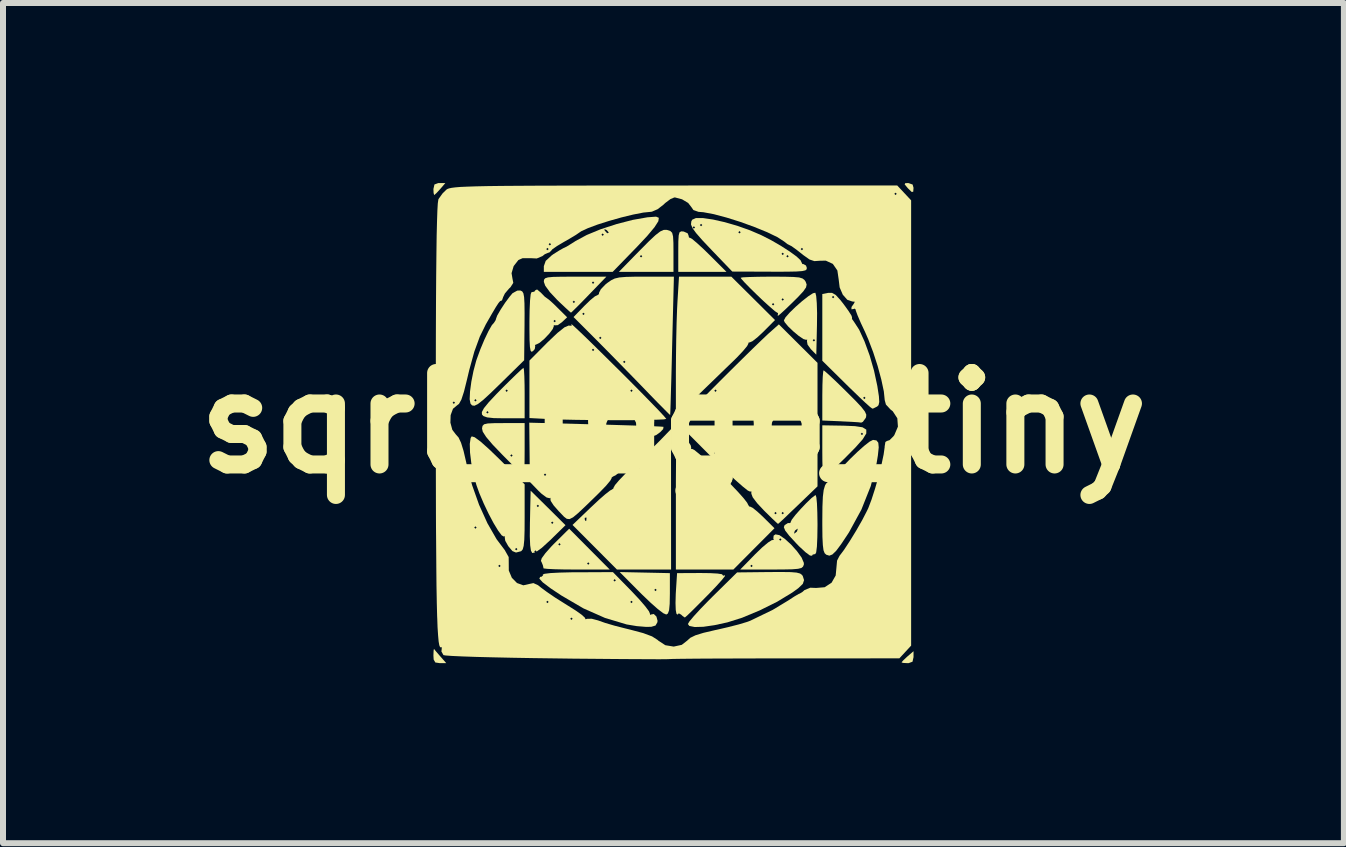
<source format=kicad_pcb>
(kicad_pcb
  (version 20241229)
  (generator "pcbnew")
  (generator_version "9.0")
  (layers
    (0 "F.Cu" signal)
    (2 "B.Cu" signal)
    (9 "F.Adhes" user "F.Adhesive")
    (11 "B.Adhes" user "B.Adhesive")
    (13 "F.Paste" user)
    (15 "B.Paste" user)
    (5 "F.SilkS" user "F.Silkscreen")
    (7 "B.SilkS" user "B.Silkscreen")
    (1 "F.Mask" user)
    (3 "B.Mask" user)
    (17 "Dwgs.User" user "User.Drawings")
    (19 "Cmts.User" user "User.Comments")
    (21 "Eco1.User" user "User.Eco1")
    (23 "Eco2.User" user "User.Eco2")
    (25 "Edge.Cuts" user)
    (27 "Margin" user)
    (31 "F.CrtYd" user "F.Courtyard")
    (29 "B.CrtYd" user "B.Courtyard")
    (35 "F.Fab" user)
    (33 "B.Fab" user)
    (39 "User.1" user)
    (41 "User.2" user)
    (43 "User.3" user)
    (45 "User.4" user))
  (footprint "sqrl_logo_tiny"
    (layer "F.Cu")
    (at 8.172 4)
    (property "Reference" "sqrl_logo_tiny" (at 0 0 0) (layer "F.SilkS") (effects (font (size 1.524 1.524) (thickness 0.3))))
    (attr board_only exclude_from_pos_files exclude_from_bom)
    (fp_poly (pts (xy 3.985 -3.975) (xy 4 -3.92) (xy 3.995 -3.855) (xy 3.969 -3.852) (xy 3.908 -3.911) (xy 3.9 -3.92) (xy 3.852 -3.978) (xy 3.863 -3.998) (xy 3.914 -4)) (stroke (width 0) (type solid)) (fill yes) (layer "F.SilkS"))
    (fp_poly (pts (xy -3.887 -3.9) (xy -3.95 -3.832) (xy -3.986 -3.8) (xy -3.987 -3.8) (xy -3.997 -3.834) (xy -4 -3.9) (xy -3.983 -3.976) (xy -3.918 -4) (xy -3.9 -4) (xy -3.801 -4)) (stroke (width 0) (type solid)) (fill yes) (layer "F.SilkS"))
    (fp_poly (pts (xy 4 3.9) (xy 3.983 3.976) (xy 3.918 4) (xy 3.9 4) (xy 3.825 3.996) (xy 3.8 3.987) (xy 3.827 3.955) (xy 3.892 3.894) (xy 3.9 3.887) (xy 4 3.801)) (stroke (width 0) (type solid)) (fill yes) (layer "F.SilkS"))
    (fp_poly (pts (xy -3.99 3.763) (xy -3.959 3.802) (xy -3.897 3.874) (xy -3.883 3.89) (xy -3.786 4) (xy -3.893 4) (xy -3.968 3.989) (xy -3.996 3.94) (xy -4 3.873) (xy -3.997 3.792) (xy -3.991 3.762)) (stroke (width 0) (type solid)) (fill yes) (layer "F.SilkS"))
    (fp_poly (pts (xy 0.17 -3.192) (xy 0.236 -3.163) (xy 0.25 -3.129) (xy 0.259 -3.09) (xy 0.271 -3.09) (xy 0.311 -3.068) (xy 0.393 -2.999) (xy 0.504 -2.897) (xy 0.593 -2.81) (xy 0.883 -2.52) (xy 0.08 -2.52) (xy 0.08 -2.863) (xy 0.081 -3.028) (xy 0.087 -3.128) (xy 0.101 -3.179) (xy 0.129 -3.195)) (stroke (width 0) (type solid)) (fill yes) (layer "F.SilkS"))
    (fp_poly (pts (xy 2.4 -1.004) (xy 2.4 -0.04) (xy 0.115 -0.04) (xy 0.615 -0.54) (xy 0.68 -0.54) (xy 0.7 -0.52) (xy 0.72 -0.54) (xy 0.7 -0.56) (xy 0.68 -0.54) (xy 0.615 -0.54) (xy 0.767 -0.693) (xy 0.965 -0.89) (xy 1.154 -1.077) (xy 1.323 -1.243) (xy 1.463 -1.378) (xy 1.561 -1.471) (xy 1.588 -1.496) (xy 1.756 -1.645)) (stroke (width 0) (type solid)) (fill yes) (layer "F.SilkS"))
    (fp_poly (pts (xy -0.478 2.491) (xy -0.06 2.5) (xy -0.06 2.839) (xy -0.063 3.012) (xy -0.073 3.118) (xy -0.093 3.173) (xy -0.12 3.19) (xy -0.17 3.168) (xy -0.262 3.098) (xy -0.383 2.991) (xy -0.522 2.858) (xy -0.538 2.842) (xy -0.6 2.78) (xy -0.32 2.78) (xy -0.3 2.8) (xy -0.28 2.78) (xy -0.3 2.76) (xy -0.32 2.78) (xy -0.6 2.78) (xy -0.896 2.482)) (stroke (width 0) (type solid)) (fill yes) (layer "F.SilkS"))
    (fp_poly (pts (xy -0.102 -3.217) (xy -0.052 -3.201) (xy -0.022 -3.171) (xy -0.007 -3.11) (xy -0.001 -3.002) (xy 0 -2.856) (xy 0 -2.52) (xy -0.91 -2.52) (xy -0.656 -2.78) (xy -0.56 -2.78) (xy -0.54 -2.76) (xy -0.52 -2.78) (xy -0.54 -2.8) (xy -0.56 -2.78) (xy -0.656 -2.78) (xy -0.557 -2.881) (xy -0.406 -3.033) (xy -0.298 -3.134) (xy -0.221 -3.193) (xy -0.164 -3.219) (xy -0.115 -3.22)) (stroke (width 0) (type solid)) (fill yes) (layer "F.SilkS"))
    (fp_poly (pts (xy 2.536 -0.853) (xy 2.616 -0.781) (xy 2.73 -0.673) (xy 2.866 -0.54) (xy 2.884 -0.522) (xy 3.034 -0.372) (xy 3.133 -0.266) (xy 3.19 -0.192) (xy 3.213 -0.14) (xy 3.209 -0.099) (xy 3.201 -0.082) (xy 3.156 -0.021) (xy 3.129 -0.008) (xy 3.077 -0.014) (xy 2.968 -0.021) (xy 2.822 -0.028) (xy 2.79 -0.03) (xy 2.48 -0.043) (xy 2.48 -0.462) (xy 2.482 -0.634) (xy 2.487 -0.771) (xy 2.495 -0.858) (xy 2.502 -0.88)) (stroke (width 0) (type solid)) (fill yes) (layer "F.SilkS"))
    (fp_poly (pts (xy 2.837 0.043) (xy 3.025 0.051) (xy 3.15 0.07) (xy 3.213 0.109) (xy 3.213 0.173) (xy 3.153 0.27) (xy 3.031 0.407) (xy 2.876 0.564) (xy 2.739 0.699) (xy 2.623 0.81) (xy 2.54 0.887) (xy 2.5 0.92) (xy 2.499 0.92) (xy 2.491 0.883) (xy 2.485 0.781) (xy 2.481 0.633) (xy 2.48 0.478) (xy 2.48 0.18) (xy 3.12 0.18) (xy 3.14 0.2) (xy 3.16 0.18) (xy 3.14 0.16) (xy 3.12 0.18) (xy 2.48 0.18) (xy 2.48 0.037)) (stroke (width 0) (type solid)) (fill yes) (layer "F.SilkS"))
    (fp_poly (pts (xy 1.954 2.483) (xy 2.051 2.491) (xy 2.109 2.506) (xy 2.142 2.53) (xy 2.155 2.55) (xy 2.176 2.617) (xy 2.155 2.679) (xy 2.08 2.751) (xy 1.979 2.824) (xy 1.727 2.977) (xy 1.437 3.121) (xy 1.144 3.243) (xy 0.9 3.32) (xy 0.684 3.367) (xy 0.498 3.394) (xy 0.354 3.398) (xy 0.264 3.38) (xy 0.24 3.348) (xy 0.267 3.303) (xy 0.342 3.214) (xy 0.454 3.092) (xy 0.593 2.949) (xy 0.65 2.892) (xy 1.06 2.488) (xy 1.588 2.482) (xy 1.804 2.481)) (stroke (width 0) (type solid)) (fill yes) (layer "F.SilkS"))
    (fp_poly (pts (xy -2.48 0.44) (xy -2.481 0.617) (xy -2.483 0.76) (xy -2.487 0.853) (xy -2.491 0.88) (xy -2.521 0.853) (xy -2.597 0.781) (xy -2.707 0.673) (xy -2.839 0.54) (xy -2.839 0.54) (xy -2.72 0.54) (xy -2.7 0.56) (xy -2.68 0.54) (xy -2.7 0.52) (xy -2.72 0.54) (xy -2.839 0.54) (xy -2.849 0.53) (xy -3.013 0.359) (xy -3.121 0.232) (xy -3.178 0.143) (xy -3.19 0.09) (xy -3.182 0.047) (xy -3.156 0.02) (xy -3.096 0.006) (xy -2.986 0.001) (xy -2.831 0) (xy -2.48 0)) (stroke (width 0) (type solid)) (fill yes) (layer "F.SilkS"))
    (fp_poly (pts (xy 1.328 -2.079) (xy 1.692 -1.717) (xy 1.498 -1.522) (xy 1.396 -1.427) (xy 1.315 -1.364) (xy 1.271 -1.345) (xy 1.27 -1.346) (xy 1.247 -1.338) (xy 1.249 -1.326) (xy 1.227 -1.283) (xy 1.158 -1.2) (xy 1.056 -1.092) (xy 1 -1.037) (xy 0.86 -0.902) (xy 0.688 -0.735) (xy 0.508 -0.561) (xy 0.39 -0.446) (xy 0.04 -0.106) (xy 0.04 -0.847) (xy 0.042 -1.121) (xy 0.046 -1.403) (xy 0.052 -1.669) (xy 0.06 -1.896) (xy 0.066 -2.014) (xy 0.092 -2.44) (xy 0.528 -2.44) (xy 0.964 -2.44)) (stroke (width 0) (type solid)) (fill yes) (layer "F.SilkS"))
    (fp_poly (pts (xy 0.61 2.5) (xy 0.735 2.507) (xy 0.806 2.518) (xy 0.816 2.527) (xy 0.827 2.543) (xy 0.859 2.535) (xy 0.856 2.552) (xy 0.805 2.616) (xy 0.714 2.717) (xy 0.591 2.846) (xy 0.562 2.875) (xy 0.426 3.012) (xy 0.312 3.126) (xy 0.23 3.205) (xy 0.191 3.239) (xy 0.19 3.24) (xy 0.154 3.216) (xy 0.128 3.192) (xy 0.088 3.169) (xy 0.079 3.182) (xy 0.063 3.191) (xy 0.049 3.174) (xy 0.038 3.114) (xy 0.034 2.998) (xy 0.038 2.848) (xy 0.04 2.814) (xy 0.06 2.5) (xy 0.448 2.498)) (stroke (width 0) (type solid)) (fill yes) (layer "F.SilkS"))
    (fp_poly (pts (xy -1.062 2.44) (xy -1.611 2.44) (xy -1.811 2.439) (xy -1.979 2.435) (xy -2.1 2.429) (xy -2.161 2.422) (xy -2.165 2.42) (xy -2.176 2.37) (xy -2.188 2.34) (xy -1.44 2.34) (xy -1.42 2.36) (xy -1.4 2.34) (xy -1.42 2.32) (xy -1.44 2.34) (xy -2.188 2.34) (xy -2.2 2.311) (xy -2.209 2.297) (xy -2.195 2.251) (xy -2.133 2.166) (xy -2.035 2.056) (xy -2 2.02) (xy -1.92 2.02) (xy -1.9 2.04) (xy -1.88 2.02) (xy -1.9 2) (xy -1.92 2.02) (xy -2 2.02) (xy -1.987 2.007) (xy -1.738 1.76)) (stroke (width 0) (type solid)) (fill yes) (layer "F.SilkS"))
    (fp_poly (pts (xy -2.089 1.413) (xy -1.799 1.701) (xy -2.051 1.948) (xy -2.193 2.078) (xy -2.284 2.144) (xy -2.28 2.14) (xy -2.3 2.12) (xy -2.32 2.14) (xy -2.306 2.154) (xy -2.352 2.165) (xy -2.353 2.165) (xy -2.375 2.125) (xy -2.388 2.035) (xy -2.394 1.884) (xy -2.392 1.663) (xy -2.392 1.66) (xy -2.04 1.66) (xy -2.02 1.68) (xy -2 1.66) (xy -2.02 1.64) (xy -2.04 1.66) (xy -2.392 1.66) (xy -2.391 1.63) (xy -2.386 1.38) (xy -2.28 1.38) (xy -2.26 1.4) (xy -2.24 1.38) (xy -2.26 1.36) (xy -2.28 1.38) (xy -2.386 1.38) (xy -2.38 1.126)) (stroke (width 0) (type solid)) (fill yes) (layer "F.SilkS"))
    (fp_poly (pts (xy 2.378 -2.118) (xy 2.388 -1.999) (xy 2.393 -1.831) (xy 2.391 -1.637) (xy 2.38 -1.14) (xy 2.289 -1.232) (xy 2.234 -1.308) (xy 2.224 -1.366) (xy 2.225 -1.369) (xy 2.226 -1.38) (xy 2.32 -1.38) (xy 2.34 -1.36) (xy 2.36 -1.38) (xy 2.34 -1.4) (xy 2.32 -1.38) (xy 2.226 -1.38) (xy 2.228 -1.394) (xy 2.212 -1.387) (xy 2.166 -1.4) (xy 2.086 -1.454) (xy 1.994 -1.531) (xy 1.909 -1.613) (xy 1.852 -1.682) (xy 1.84 -1.712) (xy 1.867 -1.763) (xy 1.938 -1.843) (xy 2.036 -1.938) (xy 2.144 -2.033) (xy 2.246 -2.113) (xy 2.325 -2.164) (xy 2.364 -2.172)) (stroke (width 0) (type solid)) (fill yes) (layer "F.SilkS"))
    (fp_poly (pts (xy -2.491 -0.883) (xy -2.485 -0.782) (xy -2.481 -0.634) (xy -2.48 -0.5) (xy -2.48 -0.08) (xy -2.818 -0.08) (xy -2.994 -0.083) (xy -3.105 -0.095) (xy -3.167 -0.117) (xy -3.191 -0.143) (xy -3.193 -0.18) (xy -3.12 -0.18) (xy -3.1 -0.16) (xy -3.08 -0.18) (xy -3.1 -0.2) (xy -3.12 -0.18) (xy -3.193 -0.18) (xy -3.193 -0.184) (xy -3.158 -0.249) (xy -3.08 -0.345) (xy -2.952 -0.482) (xy -2.895 -0.54) (xy -2.8 -0.54) (xy -2.78 -0.52) (xy -2.76 -0.54) (xy -2.78 -0.56) (xy -2.8 -0.54) (xy -2.895 -0.54) (xy -2.873 -0.563) (xy -2.737 -0.698) (xy -2.622 -0.81) (xy -2.54 -0.887) (xy -2.501 -0.92) (xy -2.499 -0.92)) (stroke (width 0) (type solid)) (fill yes) (layer "F.SilkS"))
    (fp_poly (pts (xy -1.408 -2.14) (xy -1.528 -2.016) (xy -1.627 -1.917) (xy -1.69 -1.855) (xy -1.708 -1.84) (xy -1.739 -1.866) (xy -1.813 -1.934) (xy -1.904 -2.02) (xy -1.68 -2.02) (xy -1.66 -2) (xy -1.64 -2.02) (xy -1.66 -2.04) (xy -1.68 -2.02) (xy -1.904 -2.02) (xy -1.915 -2.031) (xy -1.939 -2.054) (xy -2.059 -2.182) (xy -2.137 -2.289) (xy -2.155 -2.34) (xy -1.36 -2.34) (xy -1.34 -2.32) (xy -1.32 -2.34) (xy -1.34 -2.36) (xy -1.36 -2.34) (xy -2.155 -2.34) (xy -2.16 -2.354) (xy -2.157 -2.389) (xy -2.138 -2.413) (xy -2.092 -2.428) (xy -2.005 -2.436) (xy -1.864 -2.439) (xy -1.658 -2.44) (xy -1.639 -2.44) (xy -1.118 -2.44)) (stroke (width 0) (type solid)) (fill yes) (layer "F.SilkS"))
    (fp_poly (pts (xy 0.103 0.148) (xy 0.171 0.215) (xy 0.239 0.297) (xy 0.287 0.37) (xy 0.295 0.408) (xy 0.292 0.434) (xy 0.307 0.428) (xy 0.346 0.447) (xy 0.428 0.513) (xy 0.542 0.614) (xy 0.675 0.74) (xy 0.816 0.878) (xy 0.953 1.018) (xy 1.076 1.147) (xy 1.171 1.254) (xy 1.229 1.329) (xy 1.24 1.353) (xy 1.262 1.39) (xy 1.274 1.39) (xy 1.318 1.411) (xy 1.399 1.476) (xy 1.496 1.566) (xy 1.683 1.752) (xy 1.34 2.096) (xy 0.998 2.44) (xy 0.04 2.44) (xy 0.04 1.28) (xy 0.04 0.985) (xy 0.042 0.717) (xy 0.044 0.487) (xy 0.046 0.305) (xy 0.05 0.18) (xy 0.053 0.123) (xy 0.054 0.12)) (stroke (width 0) (type solid)) (fill yes) (layer "F.SilkS"))
    (fp_poly (pts (xy 1.765 1.867) (xy 1.857 1.93) (xy 1.961 2.025) (xy 2.058 2.134) (xy 2.135 2.241) (xy 2.172 2.328) (xy 2.173 2.356) (xy 2.159 2.391) (xy 2.132 2.414) (xy 2.076 2.428) (xy 1.979 2.436) (xy 1.828 2.439) (xy 1.631 2.44) (xy 1.112 2.44) (xy 1.171 2.38) (xy 1.28 2.38) (xy 1.3 2.4) (xy 1.32 2.38) (xy 1.3 2.36) (xy 1.28 2.38) (xy 1.171 2.38) (xy 1.364 2.182) (xy 1.479 2.071) (xy 1.576 1.99) (xy 1.639 1.95) (xy 1.654 1.949) (xy 1.673 1.945) (xy 1.67 1.94) (xy 1.76 1.94) (xy 1.78 1.96) (xy 1.8 1.94) (xy 1.78 1.92) (xy 1.76 1.94) (xy 1.67 1.94) (xy 1.664 1.926) (xy 1.669 1.875) (xy 1.7 1.854)) (stroke (width 0) (type solid)) (fill yes) (layer "F.SilkS"))
    (fp_poly (pts (xy 3.383 0.289) (xy 3.413 0.327) (xy 3.42 0.405) (xy 3.406 0.539) (xy 3.385 0.667) (xy 3.287 1.05) (xy 3.131 1.442) (xy 2.928 1.814) (xy 2.91 1.843) (xy 2.795 2.016) (xy 2.711 2.128) (xy 2.648 2.189) (xy 2.597 2.209) (xy 2.549 2.194) (xy 2.547 2.194) (xy 2.519 2.168) (xy 2.5 2.119) (xy 2.489 2.033) (xy 2.482 1.898) (xy 2.48 1.699) (xy 2.48 1.627) (xy 2.482 1.394) (xy 2.489 1.228) (xy 2.503 1.114) (xy 2.525 1.04) (xy 2.543 1.008) (xy 2.604 0.951) (xy 2.653 0.946) (xy 2.678 0.952) (xy 2.669 0.939) (xy 2.681 0.898) (xy 2.741 0.818) (xy 2.833 0.712) (xy 2.946 0.595) (xy 3.065 0.48) (xy 3.177 0.38) (xy 3.268 0.309) (xy 3.325 0.28) (xy 3.327 0.28)) (stroke (width 0) (type solid)) (fill yes) (layer "F.SilkS"))
    (fp_poly (pts (xy -3.312 0.236) (xy -3.213 0.309) (xy -3.068 0.439) (xy -2.896 0.605) (xy -2.48 1.02) (xy -2.48 1.566) (xy -2.481 1.789) (xy -2.486 1.946) (xy -2.496 2.046) (xy -2.512 2.104) (xy -2.535 2.132) (xy -2.543 2.136) (xy -2.624 2.157) (xy -2.683 2.133) (xy -2.711 2.1) (xy -2.64 2.1) (xy -2.62 2.12) (xy -2.6 2.1) (xy -2.62 2.08) (xy -2.64 2.1) (xy -2.711 2.1) (xy -2.75 2.054) (xy -2.756 2.045) (xy -2.803 1.961) (xy -2.812 1.904) (xy -2.809 1.899) (xy -2.807 1.884) (xy -2.824 1.892) (xy -2.862 1.871) (xy -2.922 1.791) (xy -2.998 1.666) (xy -3.08 1.511) (xy -3.161 1.341) (xy -3.234 1.17) (xy -3.284 1.031) (xy -3.333 0.851) (xy -3.369 0.665) (xy -3.39 0.491) (xy -3.394 0.346) (xy -3.38 0.249) (xy -3.362 0.221)) (stroke (width 0) (type solid)) (fill yes) (layer "F.SilkS"))
    (fp_poly (pts (xy -2.521 -2.195) (xy -2.501 -2.163) (xy -2.489 -2.1) (xy -2.483 -1.994) (xy -2.481 -1.832) (xy -2.482 -1.619) (xy -2.488 -1.047) (xy -2.878 -0.664) (xy -3.048 -0.499) (xy -3.172 -0.385) (xy -3.259 -0.317) (xy -3.317 -0.289) (xy -3.356 -0.295) (xy -3.382 -0.324) (xy -3.393 -0.38) (xy -3.32 -0.38) (xy -3.3 -0.36) (xy -3.28 -0.38) (xy -3.3 -0.4) (xy -3.32 -0.38) (xy -3.393 -0.38) (xy -3.396 -0.398) (xy -3.39 -0.527) (xy -3.368 -0.691) (xy -3.333 -0.867) (xy -3.288 -1.036) (xy -3.278 -1.066) (xy -3.218 -1.23) (xy -3.15 -1.392) (xy -3.083 -1.532) (xy -3.026 -1.632) (xy -2.99 -1.673) (xy -2.961 -1.719) (xy -2.959 -1.733) (xy -2.937 -1.793) (xy -2.88 -1.891) (xy -2.805 -2.006) (xy -2.726 -2.112) (xy -2.681 -2.165) (xy -2.602 -2.208) (xy -2.55 -2.209)) (stroke (width 0) (type solid)) (fill yes) (layer "F.SilkS"))
    (fp_poly (pts (xy -0.244 -3.421) (xy -0.252 -3.364) (xy -0.316 -3.264) (xy -0.438 -3.118) (xy -0.619 -2.925) (xy -0.627 -2.917) (xy -1.013 -2.52) (xy -2.16 -2.52) (xy -2.16 -2.615) (xy -2.129 -2.703) (xy -2.029 -2.795) (xy -2.001 -2.815) (xy -1.904 -2.876) (xy -1.837 -2.914) (xy -1.823 -2.92) (xy -1.782 -2.94) (xy -1.697 -2.992) (xy -1.632 -3.034) (xy -1.448 -3.133) (xy -1.432 -3.14) (xy -1.2 -3.14) (xy -1.18 -3.12) (xy -1.16 -3.14) (xy -1.18 -3.16) (xy -1.2 -3.14) (xy -1.432 -3.14) (xy -1.216 -3.229) (xy -1.154 -3.229) (xy -1.144 -3.206) (xy -1.104 -3.163) (xy -1.08 -3.172) (xy -1.08 -3.178) (xy -1.108 -3.211) (xy -1.126 -3.224) (xy -1.154 -3.229) (xy -1.216 -3.229) (xy -1.211 -3.231) (xy -0.946 -3.317) (xy -0.679 -3.386) (xy -0.435 -3.429) (xy -0.29 -3.44)) (stroke (width 0) (type solid)) (fill yes) (layer "F.SilkS"))
    (fp_poly (pts (xy -0.04 2.44) (xy -0.942 2.44) (xy -1.682 1.697) (xy -1.581 1.6) (xy -1.48 1.6) (xy -1.465 1.633) (xy -1.453 1.627) (xy -1.449 1.579) (xy -1.453 1.573) (xy -1.477 1.579) (xy -1.48 1.6) (xy -1.581 1.6) (xy -1.371 1.399) (xy -1.242 1.278) (xy -1.133 1.183) (xy -1.057 1.124) (xy -1.03 1.11) (xy -1.001 1.09) (xy -1 1.079) (xy -0.974 1.032) (xy -0.907 0.953) (xy -0.816 0.858) (xy -0.717 0.764) (xy -0.691 0.74) (xy -0.6 0.74) (xy -0.58 0.76) (xy -0.56 0.74) (xy -0.58 0.72) (xy -0.6 0.74) (xy -0.691 0.74) (xy -0.627 0.685) (xy -0.562 0.638) (xy -0.54 0.633) (xy -0.514 0.619) (xy -0.494 0.568) (xy -0.464 0.499) (xy -0.439 0.48) (xy -0.397 0.453) (xy -0.318 0.383) (xy -0.224 0.29) (xy -0.041 0.1)) (stroke (width 0) (type solid)) (fill yes) (layer "F.SilkS"))
    (fp_poly (pts (xy 2.381 1.238) (xy 2.391 1.34) (xy 2.397 1.492) (xy 2.4 1.679) (xy 2.4 1.702) (xy 2.397 1.903) (xy 2.39 2.058) (xy 2.378 2.154) (xy 2.363 2.182) (xy 2.32 2.191) (xy 2.309 2.21) (xy 2.275 2.207) (xy 2.199 2.151) (xy 2.089 2.049) (xy 2.048 2.006) (xy 1.929 1.877) (xy 1.898 1.837) (xy 2.01 1.837) (xy 2.015 1.84) (xy 2.052 1.812) (xy 2.06 1.8) (xy 2.07 1.763) (xy 2.065 1.76) (xy 2.028 1.788) (xy 2.02 1.8) (xy 2.01 1.837) (xy 1.898 1.837) (xy 1.862 1.791) (xy 1.839 1.735) (xy 1.852 1.7) (xy 1.908 1.665) (xy 1.931 1.667) (xy 1.953 1.66) (xy 1.951 1.651) (xy 1.972 1.608) (xy 2.033 1.529) (xy 2.12 1.431) (xy 2.214 1.332) (xy 2.299 1.25) (xy 2.358 1.205) (xy 2.37 1.2)) (stroke (width 0) (type solid)) (fill yes) (layer "F.SilkS"))
    (fp_poly (pts (xy 1.852 -2.439) (xy 1.999 -2.435) (xy 2.094 -2.427) (xy 2.15 -2.41) (xy 2.183 -2.385) (xy 2.203 -2.355) (xy 2.219 -2.309) (xy 2.209 -2.261) (xy 2.164 -2.196) (xy 2.075 -2.1) (xy 1.979 -2.005) (xy 1.867 -1.897) (xy 1.784 -1.821) (xy 1.74 -1.786) (xy 1.737 -1.79) (xy 1.742 -1.834) (xy 1.728 -1.84) (xy 1.689 -1.866) (xy 1.609 -1.935) (xy 1.559 -1.98) (xy 1.64 -1.98) (xy 1.66 -1.96) (xy 1.68 -1.98) (xy 1.66 -2) (xy 1.64 -1.98) (xy 1.559 -1.98) (xy 1.503 -2.031) (xy 1.472 -2.06) (xy 1.8 -2.06) (xy 1.82 -2.04) (xy 1.84 -2.06) (xy 1.82 -2.08) (xy 1.8 -2.06) (xy 1.472 -2.06) (xy 1.387 -2.141) (xy 1.276 -2.25) (xy 1.185 -2.343) (xy 1.13 -2.405) (xy 1.12 -2.422) (xy 1.158 -2.429) (xy 1.26 -2.434) (xy 1.413 -2.438) (xy 1.601 -2.44) (xy 1.639 -2.44)) (stroke (width 0) (type solid)) (fill yes) (layer "F.SilkS"))
    (fp_poly (pts (xy 2.4 1.054) (xy 2.075 1.367) (xy 1.945 1.491) (xy 1.839 1.593) (xy 1.767 1.659) (xy 1.742 1.68) (xy 1.712 1.654) (xy 1.639 1.585) (xy 1.553 1.5) (xy 1.68 1.5) (xy 1.7 1.52) (xy 1.72 1.5) (xy 1.8 1.5) (xy 1.82 1.52) (xy 1.84 1.5) (xy 1.82 1.48) (xy 1.8 1.5) (xy 1.72 1.5) (xy 1.7 1.48) (xy 1.68 1.5) (xy 1.553 1.5) (xy 1.538 1.486) (xy 1.505 1.453) (xy 1.393 1.333) (xy 1.32 1.236) (xy 1.297 1.175) (xy 1.298 1.171) (xy 1.297 1.136) (xy 1.277 1.142) (xy 1.237 1.123) (xy 1.151 1.054) (xy 1.027 0.945) (xy 0.875 0.803) (xy 0.704 0.635) (xy 0.673 0.604) (xy 0.569 0.5) (xy 0.68 0.5) (xy 0.7 0.52) (xy 0.72 0.5) (xy 0.7 0.48) (xy 0.68 0.5) (xy 0.569 0.5) (xy 0.11 0.04) (xy 2.4 0.04)) (stroke (width 0) (type solid)) (fill yes) (layer "F.SilkS"))
    (fp_poly (pts (xy 2.642 -2.17) (xy 2.704 -2.135) (xy 2.78 -2.052) (xy 2.841 -1.974) (xy 2.918 -1.867) (xy 2.966 -1.791) (xy 2.976 -1.76) (xy 2.975 -1.76) (xy 2.975 -1.735) (xy 3.007 -1.69) (xy 3.094 -1.556) (xy 3.183 -1.362) (xy 3.269 -1.127) (xy 3.342 -0.873) (xy 3.397 -0.617) (xy 3.399 -0.603) (xy 3.423 -0.447) (xy 3.429 -0.352) (xy 3.417 -0.299) (xy 3.394 -0.276) (xy 3.332 -0.245) (xy 3.314 -0.241) (xy 3.278 -0.267) (xy 3.196 -0.34) (xy 3.111 -0.42) (xy 3.16 -0.42) (xy 3.18 -0.4) (xy 3.2 -0.42) (xy 3.18 -0.44) (xy 3.16 -0.42) (xy 3.111 -0.42) (xy 3.08 -0.45) (xy 2.939 -0.586) (xy 2.884 -0.64) (xy 2.48 -1.039) (xy 2.48 -2.1) (xy 2.64 -2.1) (xy 2.66 -2.08) (xy 2.68 -2.1) (xy 2.66 -2.12) (xy 2.64 -2.1) (xy 2.48 -2.1) (xy 2.48 -2.151) (xy 2.579 -2.17)) (stroke (width 0) (type solid)) (fill yes) (layer "F.SilkS"))
    (fp_poly (pts (xy -2.211 -2.175) (xy -2.206 -2.17) (xy -2.144 -2.106) (xy -2.108 -2.08) (xy -2.072 -2.054) (xy -1.998 -1.987) (xy -1.931 -1.921) (xy -1.772 -1.763) (xy -1.859 -1.681) (xy -1.929 -1.632) (xy -1.976 -1.629) (xy -1.976 -1.63) (xy -1.996 -1.632) (xy -1.993 -1.617) (xy -2.012 -1.567) (xy -2.071 -1.489) (xy -2.151 -1.405) (xy -2.229 -1.339) (xy -2.285 -1.31) (xy -2.29 -1.311) (xy -2.309 -1.298) (xy -2.303 -1.286) (xy -2.311 -1.234) (xy -2.34 -1.2) (xy -2.365 -1.188) (xy -2.381 -1.207) (xy -2.392 -1.269) (xy -2.398 -1.383) (xy -2.4 -1.561) (xy -2.4 -1.677) (xy -2.4 -1.7) (xy -2 -1.7) (xy -1.98 -1.68) (xy -1.96 -1.7) (xy -1.98 -1.72) (xy -2 -1.7) (xy -2.4 -1.7) (xy -2.397 -1.884) (xy -2.39 -2.045) (xy -2.379 -2.148) (xy -2.365 -2.183) (xy -2.363 -2.182) (xy -2.318 -2.19) (xy -2.306 -2.21) (xy -2.273 -2.227)) (stroke (width 0) (type solid)) (fill yes) (layer "F.SilkS"))
    (fp_poly (pts (xy -0.695 2.804) (xy -0.57 2.937) (xy -0.471 3.052) (xy -0.409 3.135) (xy -0.393 3.173) (xy -0.389 3.198) (xy -0.377 3.19) (xy -0.328 3.181) (xy -0.284 3.224) (xy -0.265 3.295) (xy -0.269 3.321) (xy -0.299 3.373) (xy -0.369 3.394) (xy -0.455 3.396) (xy -0.611 3.383) (xy -0.768 3.357) (xy -0.78 3.355) (xy -1.14 3.247) (xy -1.499 3.088) (xy -1.684 2.98) (xy -0.72 2.98) (xy -0.7 3) (xy -0.68 2.98) (xy -0.7 2.96) (xy -0.72 2.98) (xy -1.684 2.98) (xy -1.872 2.87) (xy -2.049 2.752) (xy -2.178 2.654) (xy -2.209 2.62) (xy -1 2.62) (xy -0.98 2.64) (xy -0.96 2.62) (xy -0.98 2.6) (xy -1 2.62) (xy -2.209 2.62) (xy -2.235 2.591) (xy -2.221 2.562) (xy -2.198 2.56) (xy -2.173 2.536) (xy -2.178 2.524) (xy -2.148 2.511) (xy -2.05 2.499) (xy -1.894 2.491) (xy -1.693 2.486) (xy -1.604 2.486) (xy -1.009 2.483)) (stroke (width 0) (type solid)) (fill yes) (layer "F.SilkS"))
    (fp_poly (pts (xy -1.683 -1.636) (xy -1.613 -1.572) (xy -1.5 -1.465) (xy -1.351 -1.32) (xy -1.173 -1.145) (xy -0.972 -0.946) (xy -0.925 -0.9) (xy -0.718 -0.693) (xy -0.53 -0.503) (xy -0.37 -0.339) (xy -0.243 -0.208) (xy -0.158 -0.116) (xy -0.121 -0.072) (xy -0.12 -0.07) (xy -0.158 -0.062) (xy -0.264 -0.057) (xy -0.424 -0.052) (xy -0.628 -0.049) (xy -0.862 -0.048) (xy -1.113 -0.049) (xy -1.371 -0.051) (xy -1.622 -0.054) (xy -1.854 -0.059) (xy -2.054 -0.066) (xy -2.13 -0.07) (xy -2.4 -0.084) (xy -2.4 -0.54) (xy -0.72 -0.54) (xy -0.7 -0.52) (xy -0.68 -0.54) (xy -0.7 -0.56) (xy -0.72 -0.54) (xy -2.4 -0.54) (xy -2.4 -0.563) (xy -2.4 -1.042) (xy -2.223 -1.22) (xy -1.36 -1.22) (xy -1.34 -1.2) (xy -1.32 -1.22) (xy -1.34 -1.24) (xy -1.36 -1.22) (xy -2.223 -1.22) (xy -2.099 -1.345) (xy -1.934 -1.502) (xy -1.816 -1.596) (xy -1.745 -1.626) (xy -1.737 -1.624) (xy -1.696 -1.622) (xy -1.703 -1.65)) (stroke (width 0) (type solid)) (fill yes) (layer "F.SilkS"))
    (fp_poly (pts (xy -1.292 0.022) (xy -1.002 0.03) (xy -0.739 0.038) (xy -0.514 0.045) (xy -0.337 0.052) (xy -0.218 0.058) (xy -0.167 0.062) (xy -0.166 0.062) (xy -0.172 0.1) (xy -0.222 0.152) (xy -0.289 0.2) (xy -0.348 0.221) (xy -0.363 0.218) (xy -0.394 0.21) (xy -0.385 0.232) (xy -0.401 0.275) (xy -0.462 0.358) (xy -0.554 0.466) (xy -0.664 0.586) (xy -0.777 0.703) (xy -0.882 0.802) (xy -0.963 0.869) (xy -1.007 0.89) (xy -1.031 0.908) (xy -1.03 0.917) (xy -1.053 0.959) (xy -1.122 1.042) (xy -1.227 1.151) (xy -1.304 1.227) (xy -1.471 1.389) (xy -1.59 1.501) (xy -1.673 1.57) (xy -1.732 1.6) (xy -1.778 1.595) (xy -1.824 1.56) (xy -1.881 1.5) (xy -1.913 1.467) (xy -1.997 1.371) (xy -2.046 1.296) (xy -2.051 1.261) (xy -2.047 1.244) (xy -2.063 1.252) (xy -2.113 1.24) (xy -2.194 1.181) (xy -2.25 1.128) (xy -2.393 0.98) (xy -2.394 0.86) (xy -2.16 0.86) (xy -2.14 0.88) (xy -2.12 0.86) (xy -2.14 0.84) (xy -2.16 0.86) (xy -2.394 0.86) (xy -2.403 -0.007)) (stroke (width 0) (type solid)) (fill yes) (layer "F.SilkS"))
    (fp_poly (pts (xy -0.022 -1.29) (xy -0.029 -0.996) (xy -0.036 -0.729) (xy -0.043 -0.499) (xy -0.048 -0.318) (xy -0.052 -0.193) (xy -0.055 -0.137) (xy -0.055 -0.134) (xy -0.083 -0.16) (xy -0.156 -0.233) (xy -0.266 -0.344) (xy -0.402 -0.484) (xy -0.48 -0.565) (xy -0.671 -0.762) (xy -0.884 -0.98) (xy -0.923 -1.02) (xy -0.84 -1.02) (xy -0.82 -1) (xy -0.8 -1.02) (xy -0.82 -1.04) (xy -0.84 -1.02) (xy -0.923 -1.02) (xy -1.094 -1.194) (xy -1.275 -1.377) (xy -1.282 -1.384) (xy -1.318 -1.42) (xy -1.24 -1.42) (xy -1.22 -1.4) (xy -1.2 -1.42) (xy -1.22 -1.44) (xy -1.24 -1.42) (xy -1.318 -1.42) (xy -1.665 -1.767) (xy -1.614 -1.82) (xy -1.52 -1.82) (xy -1.5 -1.8) (xy -1.48 -1.82) (xy -1.5 -1.84) (xy -1.52 -1.82) (xy -1.614 -1.82) (xy -1.482 -1.956) (xy -1.385 -2.05) (xy -1.309 -2.112) (xy -1.27 -2.13) (xy -1.243 -2.148) (xy -1.24 -2.173) (xy -1.21 -2.231) (xy -1.136 -2.308) (xy -1.103 -2.335) (xy -1.04 -2.379) (xy -0.979 -2.409) (xy -0.902 -2.427) (xy -0.792 -2.436) (xy -0.631 -2.44) (xy -0.479 -2.44) (xy 0.007 -2.44)) (stroke (width 0) (type solid)) (fill yes) (layer "F.SilkS"))
    (fp_poly (pts (xy 0.494 -3.416) (xy 0.659 -3.392) (xy 0.854 -3.348) (xy 1.065 -3.287) (xy 1.276 -3.212) (xy 1.46 -3.133) (xy 1.627 -3.048) (xy 1.791 -2.953) (xy 1.937 -2.859) (xy 2.051 -2.776) (xy 2.118 -2.713) (xy 2.13 -2.687) (xy 2.148 -2.65) (xy 2.165 -2.65) (xy 2.208 -2.626) (xy 2.221 -2.59) (xy 2.22 -2.564) (xy 2.198 -2.545) (xy 2.144 -2.533) (xy 2.047 -2.526) (xy 1.896 -2.523) (xy 1.679 -2.522) (xy 1.606 -2.523) (xy 0.98 -2.525) (xy 0.735 -2.78) (xy 1.88 -2.78) (xy 1.9 -2.76) (xy 1.92 -2.78) (xy 1.9 -2.8) (xy 1.88 -2.78) (xy 0.735 -2.78) (xy 0.697 -2.82) (xy 1.8 -2.82) (xy 1.82 -2.8) (xy 1.84 -2.82) (xy 1.82 -2.84) (xy 1.8 -2.82) (xy 0.697 -2.82) (xy 0.64 -2.879) (xy 0.484 -3.044) (xy 0.379 -3.164) (xy 0.367 -3.18) (xy 1.08 -3.18) (xy 1.1 -3.16) (xy 1.12 -3.18) (xy 1.1 -3.2) (xy 1.08 -3.18) (xy 0.367 -3.18) (xy 0.317 -3.249) (xy 0.313 -3.26) (xy 0.32 -3.26) (xy 0.34 -3.24) (xy 0.36 -3.26) (xy 0.34 -3.28) (xy 0.32 -3.26) (xy 0.313 -3.26) (xy 0.296 -3.3) (xy 0.44 -3.3) (xy 0.46 -3.28) (xy 0.48 -3.3) (xy 0.46 -3.32) (xy 0.44 -3.3) (xy 0.296 -3.3) (xy 0.292 -3.311) (xy 0.297 -3.36) (xy 0.312 -3.389) (xy 0.373 -3.416)) (stroke (width 0) (type solid)) (fill yes) (layer "F.SilkS"))
    (fp_poly (pts (xy 3.844 -3.836) (xy 3.96 -3.712) (xy 3.96 -0.002) (xy 3.96 3.708) (xy 3.764 3.92) (xy 1.892 3.921) (xy 1.51 3.921) (xy 1.151 3.922) (xy 0.823 3.923) (xy 0.534 3.924) (xy 0.293 3.926) (xy 0.108 3.928) (xy -0.013 3.93) (xy -0.06 3.932) (xy -0.116 3.934) (xy -0.243 3.935) (xy -0.433 3.934) (xy -0.678 3.933) (xy -0.969 3.931) (xy -1.299 3.928) (xy -1.658 3.925) (xy -1.96 3.921) (xy -2.335 3.916) (xy -2.687 3.91) (xy -3.006 3.903) (xy -3.285 3.896) (xy -3.516 3.888) (xy -3.689 3.88) (xy -3.798 3.872) (xy -3.833 3.866) (xy -3.867 3.805) (xy -3.863 3.774) (xy -3.86 3.734) (xy -3.875 3.737) (xy -3.889 3.733) (xy -3.902 3.702) (xy -3.913 3.639) (xy -3.922 3.54) (xy -3.931 3.402) (xy -3.936 3.26) (xy -1.72 3.26) (xy -1.7 3.28) (xy -1.68 3.26) (xy -1.7 3.24) (xy -1.72 3.26) (xy -3.936 3.26) (xy -3.938 3.219) (xy -3.944 2.988) (xy -3.944 2.98) (xy -2.12 2.98) (xy -2.1 3) (xy -2.08 2.98) (xy -2.1 2.96) (xy -2.12 2.98) (xy -3.944 2.98) (xy -3.949 2.705) (xy -3.952 2.38) (xy -2.92 2.38) (xy -2.9 2.4) (xy -2.88 2.38) (xy -2.9 2.36) (xy -2.92 2.38) (xy -3.952 2.38) (xy -3.952 2.366) (xy -3.955 1.967) (xy -3.957 1.74) (xy -3.32 1.74) (xy -3.3 1.76) (xy -3.28 1.74) (xy -3.3 1.72) (xy -3.32 1.74) (xy -3.957 1.74) (xy -3.958 1.503) (xy -3.959 0.971) (xy -3.96 0.367) (xy -3.96 -0.007) (xy -3.717 -0.007) (xy -3.685 0.112) (xy -3.628 0.187) (xy -3.581 0.24) (xy -3.54 0.327) (xy -3.498 0.463) (xy -3.452 0.661) (xy -3.444 0.7) (xy -3.356 1.032) (xy -3.239 1.362) (xy -3.1 1.669) (xy -2.948 1.934) (xy -2.812 2.115) (xy -2.746 2.232) (xy -2.745 2.317) (xy -2.744 2.457) (xy -2.693 2.578) (xy -2.607 2.665) (xy -2.502 2.703) (xy -2.4 2.68) (xy -2.334 2.666) (xy -2.257 2.701) (xy -2.202 2.745) (xy -2.11 2.813) (xy -1.974 2.906) (xy -1.817 3.005) (xy -1.761 3.04) (xy -1.626 3.125) (xy -1.525 3.197) (xy -1.474 3.245) (xy -1.471 3.257) (xy -1.465 3.269) (xy -1.437 3.261) (xy -1.362 3.26) (xy -1.256 3.288) (xy -1.237 3.295) (xy -1.137 3.33) (xy -0.984 3.375) (xy -0.805 3.421) (xy -0.719 3.442) (xy -0.505 3.499) (xy -0.357 3.554) (xy -0.266 3.612) (xy -0.252 3.625) (xy -0.136 3.701) (xy 0.004 3.724) (xy 0.138 3.695) (xy 0.227 3.626) (xy 0.28 3.578) (xy 0.366 3.536) (xy 0.499 3.495) (xy 0.695 3.449) (xy 0.72 3.444) (xy 0.91 3.4) (xy 1.086 3.355) (xy 1.223 3.314) (xy 1.28 3.293) (xy 1.652 3.113) (xy 1.912 2.956) (xy 2.013 2.89) (xy 2.085 2.848) (xy 2.105 2.84) (xy 2.147 2.815) (xy 2.183 2.783) (xy 2.279 2.743) (xy 2.377 2.747) (xy 2.519 2.735) (xy 2.634 2.66) (xy 2.703 2.539) (xy 2.714 2.422) (xy 2.726 2.291) (xy 2.766 2.213) (xy 2.842 2.112) (xy 2.939 1.964) (xy 3.045 1.791) (xy 3.145 1.616) (xy 3.224 1.463) (xy 3.246 1.417) (xy 3.3 1.275) (xy 3.359 1.092) (xy 3.417 0.891) (xy 3.466 0.693) (xy 3.502 0.522) (xy 3.519 0.401) (xy 3.519 0.388) (xy 3.531 0.315) (xy 3.557 0.298) (xy 3.601 0.284) (xy 3.665 0.22) (xy 3.68 0.2) (xy 3.74 0.059) (xy 3.73 -0.08) (xy 3.654 -0.197) (xy 3.617 -0.226) (xy 3.54 -0.309) (xy 3.52 -0.383) (xy 3.505 -0.529) (xy 3.463 -0.726) (xy 3.402 -0.952) (xy 3.327 -1.183) (xy 3.245 -1.398) (xy 3.193 -1.517) (xy 3.122 -1.668) (xy 3.068 -1.793) (xy 3.038 -1.874) (xy 3.035 -1.893) (xy 3.017 -1.908) (xy 3.001 -1.901) (xy 2.965 -1.896) (xy 2.967 -1.935) (xy 3.004 -1.988) (xy 3.022 -2.022) (xy 2.98 -2.026) (xy 2.896 -2.055) (xy 2.821 -2.14) (xy 2.769 -2.261) (xy 2.753 -2.392) (xy 2.731 -2.543) (xy 2.655 -2.653) (xy 2.538 -2.707) (xy 2.436 -2.705) (xy 2.348 -2.699) (xy 2.267 -2.726) (xy 2.164 -2.799) (xy 2.138 -2.82) (xy 2.04 -2.897) (xy 2.035 -2.9) (xy 2.12 -2.9) (xy 2.14 -2.88) (xy 2.16 -2.9) (xy 2.14 -2.92) (xy 2.12 -2.9) (xy 2.035 -2.9) (xy 1.968 -2.948) (xy 1.944 -2.96) (xy 1.899 -2.983) (xy 1.845 -3.025) (xy 1.733 -3.098) (xy 1.561 -3.181) (xy 1.35 -3.267) (xy 1.119 -3.351) (xy 0.887 -3.424) (xy 0.673 -3.481) (xy 0.497 -3.514) (xy 0.417 -3.52) (xy 0.332 -3.55) (xy 0.302 -3.594) (xy 0.245 -3.668) (xy 0.143 -3.729) (xy 0.03 -3.759) (xy 0.015 -3.76) (xy -0.05 -3.733) (xy -0.138 -3.667) (xy -0.166 -3.64) (xy -0.264 -3.564) (xy -0.359 -3.523) (xy -0.381 -3.52) (xy -0.502 -3.508) (xy -0.671 -3.475) (xy -0.868 -3.427) (xy -1.073 -3.369) (xy -1.265 -3.308) (xy -1.426 -3.248) (xy -1.536 -3.197) (xy -1.56 -3.181) (xy -1.627 -3.135) (xy -1.737 -3.069) (xy -1.83 -3.016) (xy -1.941 -2.95) (xy -2.018 -2.896) (xy -2.04 -2.87) (xy -2.071 -2.841) (xy -2.083 -2.84) (xy -2.144 -2.814) (xy -2.183 -2.783) (xy -2.278 -2.743) (xy -2.38 -2.748) (xy -2.514 -2.748) (xy -2.584 -2.717) (xy -2.663 -2.616) (xy -2.698 -2.498) (xy -2.682 -2.403) (xy -2.669 -2.337) (xy -2.715 -2.265) (xy -2.742 -2.239) (xy -2.809 -2.16) (xy -2.84 -2.096) (xy -2.84 -2.093) (xy -2.858 -2.044) (xy -2.87 -2.04) (xy -2.889 -2.032) (xy -2.916 -2) (xy -2.959 -1.934) (xy -3.026 -1.821) (xy -3.124 -1.65) (xy -3.127 -1.645) (xy -3.227 -1.441) (xy -3.318 -1.192) (xy -3.403 -0.884) (xy -3.441 -0.724) (xy -3.491 -0.523) (xy -3.534 -0.392) (xy -3.574 -0.32) (xy -3.602 -0.299) (xy -3.674 -0.239) (xy -3.713 -0.133) (xy -3.717 -0.007) (xy -3.96 -0.007) (xy -3.96 -0.249) (xy -3.96 -0.34) (xy -3.68 -0.34) (xy -3.66 -0.32) (xy -3.64 -0.34) (xy -3.66 -0.36) (xy -3.68 -0.34) (xy -3.96 -0.34) (xy -3.96 -0.912) (xy -3.959 -1.499) (xy -3.957 -2.011) (xy -3.954 -2.45) (xy -3.95 -2.82) (xy -3.949 -2.9) (xy -2.12 -2.9) (xy -2.1 -2.88) (xy -2.08 -2.9) (xy -2.1 -2.92) (xy -2.12 -2.9) (xy -3.949 -2.9) (xy -3.948 -2.98) (xy -2.08 -2.98) (xy -2.06 -2.96) (xy -2.04 -2.98) (xy -2.06 -3) (xy -2.08 -2.98) (xy -3.948 -2.98) (xy -3.946 -3.124) (xy -3.94 -3.363) (xy -3.934 -3.541) (xy -3.927 -3.661) (xy -3.918 -3.724) (xy -3.915 -3.733) (xy -3.853 -3.82) (xy 3.68 -3.82) (xy 3.7 -3.8) (xy 3.72 -3.82) (xy 3.7 -3.84) (xy 3.68 -3.82) (xy -3.853 -3.82) (xy -3.848 -3.827) (xy -3.785 -3.889) (xy -3.767 -3.901) (xy -3.739 -3.911) (xy -3.697 -3.92) (xy -3.635 -3.928) (xy -3.55 -3.935) (xy -3.436 -3.94) (xy -3.288 -3.945) (xy -3.101 -3.949) (xy -2.871 -3.952) (xy -2.592 -3.954) (xy -2.26 -3.956) (xy -1.87 -3.957) (xy -1.417 -3.958) (xy -0.896 -3.959) (xy -0.302 -3.959) (xy 0.014 -3.959) (xy 3.728 -3.96)) (stroke (width 0) (type solid)) (fill yes) (layer "F.SilkS")))
  (gr_rect
    (start -3 -3)
    (end 19.343 11)
    (stroke (width 0.1) (type default))
    (fill no)
    (layer "Edge.Cuts")))
</source>
